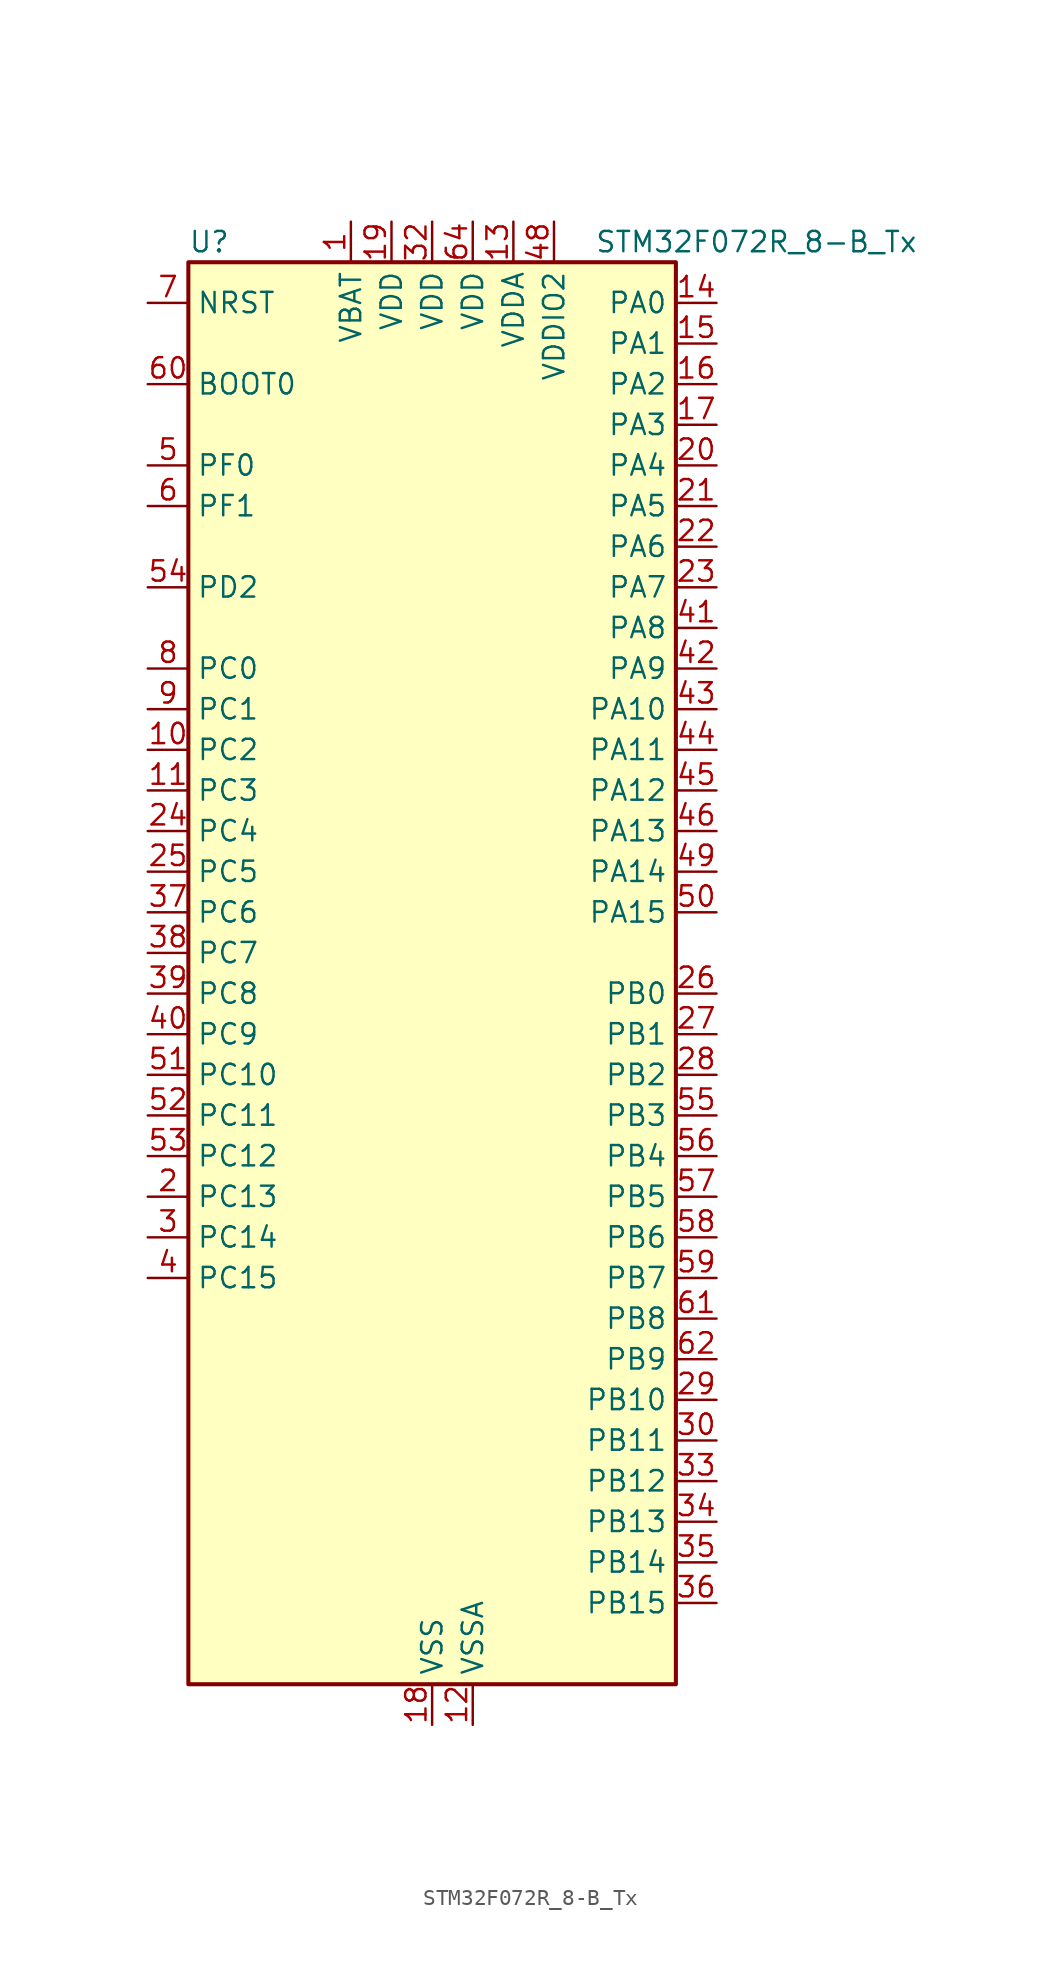
<source format=kicad_sym>
(kicad_symbol_lib
  (version 20231120)
  (generator "kicad_symbol_editor")
  (generator_version "8.0")
  (symbol "STM32F072R_8-B_Tx"
    (property "Reference" "U"
      (at -15.24 46.99 0)
      (effects (font (size 1.27 1.27)) (justify left)))
    (property "Value" "STM32F072R_8-B_Tx"
      (at 10.16 46.99 0)
      (effects (font (size 1.27 1.27)) (justify left)))
    (property "ki_locked" ""
      (at 0 0 0)
      (effects (font (size 1.27 1.27))))
    (symbol "STM32F072R_8-B_Tx_0_1"
      (rectangle (start -15.24 -43.18) (end 15.24 45.72) (stroke (width 0.254) (type default)) (fill (type background))))
    (symbol "STM32F072R_8-B_Tx_1_1"
      (pin power_in line (at -5.08 48.26 270) (length 2.54) (name "VBAT" (effects (font (size 1.27 1.27)))) (number "1" (effects (font (size 1.27 1.27)))))
      (pin bidirectional line (at -17.78 15.24 0) (length 2.54) (name "PC2" (effects (font (size 1.27 1.27)))) (number "10" (effects (font (size 1.27 1.27)))) (alternate "ADC_IN12" bidirectional line) (alternate "I2S2_MCK" bidirectional line) (alternate "SPI2_MISO" bidirectional line))
      (pin bidirectional line (at -17.78 12.7 0) (length 2.54) (name "PC3" (effects (font (size 1.27 1.27)))) (number "11" (effects (font (size 1.27 1.27)))) (alternate "ADC_IN13" bidirectional line) (alternate "I2S2_SD" bidirectional line) (alternate "SPI2_MOSI" bidirectional line))
      (pin power_in line (at 2.54 -45.72 90) (length 2.54) (name "VSSA" (effects (font (size 1.27 1.27)))) (number "12" (effects (font (size 1.27 1.27)))))
      (pin power_in line (at 5.08 48.26 270) (length 2.54) (name "VDDA" (effects (font (size 1.27 1.27)))) (number "13" (effects (font (size 1.27 1.27)))))
      (pin bidirectional line (at 17.78 43.18 180) (length 2.54) (name "PA0" (effects (font (size 1.27 1.27)))) (number "14" (effects (font (size 1.27 1.27)))) (alternate "ADC_IN0" bidirectional line) (alternate "COMP1_INM" bidirectional line) (alternate "COMP1_OUT" bidirectional line) (alternate "RTC_TAMP2" bidirectional line) (alternate "SYS_WKUP1" bidirectional line) (alternate "TIM2_CH1" bidirectional line) (alternate "TIM2_ETR" bidirectional line) (alternate "TSC_G1_IO1" bidirectional line) (alternate "USART2_CTS" bidirectional line) (alternate "USART4_TX" bidirectional line))
      (pin bidirectional line (at 17.78 40.64 180) (length 2.54) (name "PA1" (effects (font (size 1.27 1.27)))) (number "15" (effects (font (size 1.27 1.27)))) (alternate "ADC_IN1" bidirectional line) (alternate "COMP1_INP" bidirectional line) (alternate "TIM15_CH1N" bidirectional line) (alternate "TIM2_CH2" bidirectional line) (alternate "TSC_G1_IO2" bidirectional line) (alternate "USART2_DE" bidirectional line) (alternate "USART2_RTS" bidirectional line) (alternate "USART4_RX" bidirectional line))
      (pin bidirectional line (at 17.78 38.1 180) (length 2.54) (name "PA2" (effects (font (size 1.27 1.27)))) (number "16" (effects (font (size 1.27 1.27)))) (alternate "ADC_IN2" bidirectional line) (alternate "COMP2_INM" bidirectional line) (alternate "COMP2_OUT" bidirectional line) (alternate "SYS_WKUP4" bidirectional line) (alternate "TIM15_CH1" bidirectional line) (alternate "TIM2_CH3" bidirectional line) (alternate "TSC_G1_IO3" bidirectional line) (alternate "USART2_TX" bidirectional line))
      (pin bidirectional line (at 17.78 35.56 180) (length 2.54) (name "PA3" (effects (font (size 1.27 1.27)))) (number "17" (effects (font (size 1.27 1.27)))) (alternate "ADC_IN3" bidirectional line) (alternate "COMP2_INP" bidirectional line) (alternate "TIM15_CH2" bidirectional line) (alternate "TIM2_CH4" bidirectional line) (alternate "TSC_G1_IO4" bidirectional line) (alternate "USART2_RX" bidirectional line))
      (pin power_in line (at 0 -45.72 90) (length 2.54) (name "VSS" (effects (font (size 1.27 1.27)))) (number "18" (effects (font (size 1.27 1.27)))))
      (pin power_in line (at -2.54 48.26 270) (length 2.54) (name "VDD" (effects (font (size 1.27 1.27)))) (number "19" (effects (font (size 1.27 1.27)))))
      (pin bidirectional line (at -17.78 -12.7 0) (length 2.54) (name "PC13" (effects (font (size 1.27 1.27)))) (number "2" (effects (font (size 1.27 1.27)))) (alternate "RTC_OUT_ALARM" bidirectional line) (alternate "RTC_OUT_CALIB" bidirectional line) (alternate "RTC_TAMP1" bidirectional line) (alternate "RTC_TS" bidirectional line) (alternate "SYS_WKUP2" bidirectional line))
      (pin bidirectional line (at 17.78 33.02 180) (length 2.54) (name "PA4" (effects (font (size 1.27 1.27)))) (number "20" (effects (font (size 1.27 1.27)))) (alternate "ADC_IN4" bidirectional line) (alternate "COMP1_INM" bidirectional line) (alternate "COMP2_INM" bidirectional line) (alternate "DAC_OUT1" bidirectional line) (alternate "I2S1_WS" bidirectional line) (alternate "SPI1_NSS" bidirectional line) (alternate "TIM14_CH1" bidirectional line) (alternate "TSC_G2_IO1" bidirectional line) (alternate "USART2_CK" bidirectional line))
      (pin bidirectional line (at 17.78 30.48 180) (length 2.54) (name "PA5" (effects (font (size 1.27 1.27)))) (number "21" (effects (font (size 1.27 1.27)))) (alternate "ADC_IN5" bidirectional line) (alternate "CEC" bidirectional line) (alternate "COMP1_INM" bidirectional line) (alternate "COMP2_INM" bidirectional line) (alternate "DAC_OUT2" bidirectional line) (alternate "I2S1_CK" bidirectional line) (alternate "SPI1_SCK" bidirectional line) (alternate "TIM2_CH1" bidirectional line) (alternate "TIM2_ETR" bidirectional line) (alternate "TSC_G2_IO2" bidirectional line))
      (pin bidirectional line (at 17.78 27.94 180) (length 2.54) (name "PA6" (effects (font (size 1.27 1.27)))) (number "22" (effects (font (size 1.27 1.27)))) (alternate "ADC_IN6" bidirectional line) (alternate "COMP1_OUT" bidirectional line) (alternate "I2S1_MCK" bidirectional line) (alternate "SPI1_MISO" bidirectional line) (alternate "TIM16_CH1" bidirectional line) (alternate "TIM1_BKIN" bidirectional line) (alternate "TIM3_CH1" bidirectional line) (alternate "TSC_G2_IO3" bidirectional line) (alternate "USART3_CTS" bidirectional line))
      (pin bidirectional line (at 17.78 25.4 180) (length 2.54) (name "PA7" (effects (font (size 1.27 1.27)))) (number "23" (effects (font (size 1.27 1.27)))) (alternate "ADC_IN7" bidirectional line) (alternate "COMP2_OUT" bidirectional line) (alternate "I2S1_SD" bidirectional line) (alternate "SPI1_MOSI" bidirectional line) (alternate "TIM14_CH1" bidirectional line) (alternate "TIM17_CH1" bidirectional line) (alternate "TIM1_CH1N" bidirectional line) (alternate "TIM3_CH2" bidirectional line) (alternate "TSC_G2_IO4" bidirectional line))
      (pin bidirectional line (at -17.78 10.16 0) (length 2.54) (name "PC4" (effects (font (size 1.27 1.27)))) (number "24" (effects (font (size 1.27 1.27)))) (alternate "ADC_IN14" bidirectional line) (alternate "USART3_TX" bidirectional line))
      (pin bidirectional line (at -17.78 7.62 0) (length 2.54) (name "PC5" (effects (font (size 1.27 1.27)))) (number "25" (effects (font (size 1.27 1.27)))) (alternate "ADC_IN15" bidirectional line) (alternate "SYS_WKUP5" bidirectional line) (alternate "TSC_G3_IO1" bidirectional line) (alternate "USART3_RX" bidirectional line))
      (pin bidirectional line (at 17.78 0 180) (length 2.54) (name "PB0" (effects (font (size 1.27 1.27)))) (number "26" (effects (font (size 1.27 1.27)))) (alternate "ADC_IN8" bidirectional line) (alternate "TIM1_CH2N" bidirectional line) (alternate "TIM3_CH3" bidirectional line) (alternate "TSC_G3_IO2" bidirectional line) (alternate "USART3_CK" bidirectional line))
      (pin bidirectional line (at 17.78 -2.54 180) (length 2.54) (name "PB1" (effects (font (size 1.27 1.27)))) (number "27" (effects (font (size 1.27 1.27)))) (alternate "ADC_IN9" bidirectional line) (alternate "TIM14_CH1" bidirectional line) (alternate "TIM1_CH3N" bidirectional line) (alternate "TIM3_CH4" bidirectional line) (alternate "TSC_G3_IO3" bidirectional line) (alternate "USART3_DE" bidirectional line) (alternate "USART3_RTS" bidirectional line))
      (pin bidirectional line (at 17.78 -5.08 180) (length 2.54) (name "PB2" (effects (font (size 1.27 1.27)))) (number "28" (effects (font (size 1.27 1.27)))) (alternate "TSC_G3_IO4" bidirectional line))
      (pin bidirectional line (at 17.78 -25.4 180) (length 2.54) (name "PB10" (effects (font (size 1.27 1.27)))) (number "29" (effects (font (size 1.27 1.27)))) (alternate "CEC" bidirectional line) (alternate "I2C2_SCL" bidirectional line) (alternate "I2S2_CK" bidirectional line) (alternate "SPI2_SCK" bidirectional line) (alternate "TIM2_CH3" bidirectional line) (alternate "TSC_SYNC" bidirectional line) (alternate "USART3_TX" bidirectional line))
      (pin bidirectional line (at -17.78 -15.24 0) (length 2.54) (name "PC14" (effects (font (size 1.27 1.27)))) (number "3" (effects (font (size 1.27 1.27)))) (alternate "RCC_OSC32_IN" bidirectional line))
      (pin bidirectional line (at 17.78 -27.94 180) (length 2.54) (name "PB11" (effects (font (size 1.27 1.27)))) (number "30" (effects (font (size 1.27 1.27)))) (alternate "I2C2_SDA" bidirectional line) (alternate "TIM2_CH4" bidirectional line) (alternate "TSC_G6_IO1" bidirectional line) (alternate "USART3_RX" bidirectional line))
      (pin passive line (at 0 -45.72 90) (length 2.54) hide (name "VSS" (effects (font (size 1.27 1.27)))) (number "31" (effects (font (size 1.27 1.27)))))
      (pin power_in line (at 0 48.26 270) (length 2.54) (name "VDD" (effects (font (size 1.27 1.27)))) (number "32" (effects (font (size 1.27 1.27)))))
      (pin bidirectional line (at 17.78 -30.48 180) (length 2.54) (name "PB12" (effects (font (size 1.27 1.27)))) (number "33" (effects (font (size 1.27 1.27)))) (alternate "I2S2_WS" bidirectional line) (alternate "SPI2_NSS" bidirectional line) (alternate "TIM15_BKIN" bidirectional line) (alternate "TIM1_BKIN" bidirectional line) (alternate "TSC_G6_IO2" bidirectional line) (alternate "USART3_CK" bidirectional line))
      (pin bidirectional line (at 17.78 -33.02 180) (length 2.54) (name "PB13" (effects (font (size 1.27 1.27)))) (number "34" (effects (font (size 1.27 1.27)))) (alternate "I2C2_SCL" bidirectional line) (alternate "I2S2_CK" bidirectional line) (alternate "SPI2_SCK" bidirectional line) (alternate "TIM1_CH1N" bidirectional line) (alternate "TSC_G6_IO3" bidirectional line) (alternate "USART3_CTS" bidirectional line))
      (pin bidirectional line (at 17.78 -35.56 180) (length 2.54) (name "PB14" (effects (font (size 1.27 1.27)))) (number "35" (effects (font (size 1.27 1.27)))) (alternate "I2C2_SDA" bidirectional line) (alternate "I2S2_MCK" bidirectional line) (alternate "SPI2_MISO" bidirectional line) (alternate "TIM15_CH1" bidirectional line) (alternate "TIM1_CH2N" bidirectional line) (alternate "TSC_G6_IO4" bidirectional line) (alternate "USART3_DE" bidirectional line) (alternate "USART3_RTS" bidirectional line))
      (pin bidirectional line (at 17.78 -38.1 180) (length 2.54) (name "PB15" (effects (font (size 1.27 1.27)))) (number "36" (effects (font (size 1.27 1.27)))) (alternate "I2S2_SD" bidirectional line) (alternate "RTC_REFIN" bidirectional line) (alternate "SPI2_MOSI" bidirectional line) (alternate "SYS_WKUP7" bidirectional line) (alternate "TIM15_CH1N" bidirectional line) (alternate "TIM15_CH2" bidirectional line) (alternate "TIM1_CH3N" bidirectional line))
      (pin bidirectional line (at -17.78 5.08 0) (length 2.54) (name "PC6" (effects (font (size 1.27 1.27)))) (number "37" (effects (font (size 1.27 1.27)))) (alternate "TIM3_CH1" bidirectional line))
      (pin bidirectional line (at -17.78 2.54 0) (length 2.54) (name "PC7" (effects (font (size 1.27 1.27)))) (number "38" (effects (font (size 1.27 1.27)))) (alternate "TIM3_CH2" bidirectional line))
      (pin bidirectional line (at -17.78 0 0) (length 2.54) (name "PC8" (effects (font (size 1.27 1.27)))) (number "39" (effects (font (size 1.27 1.27)))) (alternate "TIM3_CH3" bidirectional line))
      (pin bidirectional line (at -17.78 -17.78 0) (length 2.54) (name "PC15" (effects (font (size 1.27 1.27)))) (number "4" (effects (font (size 1.27 1.27)))) (alternate "RCC_OSC32_OUT" bidirectional line))
      (pin bidirectional line (at -17.78 -2.54 0) (length 2.54) (name "PC9" (effects (font (size 1.27 1.27)))) (number "40" (effects (font (size 1.27 1.27)))) (alternate "DAC_EXTI9" bidirectional line) (alternate "TIM3_CH4" bidirectional line))
      (pin bidirectional line (at 17.78 22.86 180) (length 2.54) (name "PA8" (effects (font (size 1.27 1.27)))) (number "41" (effects (font (size 1.27 1.27)))) (alternate "CRS_SYNC" bidirectional line) (alternate "RCC_MCO" bidirectional line) (alternate "TIM1_CH1" bidirectional line) (alternate "USART1_CK" bidirectional line))
      (pin bidirectional line (at 17.78 20.32 180) (length 2.54) (name "PA9" (effects (font (size 1.27 1.27)))) (number "42" (effects (font (size 1.27 1.27)))) (alternate "DAC_EXTI9" bidirectional line) (alternate "TIM15_BKIN" bidirectional line) (alternate "TIM1_CH2" bidirectional line) (alternate "TSC_G4_IO1" bidirectional line) (alternate "USART1_TX" bidirectional line))
      (pin bidirectional line (at 17.78 17.78 180) (length 2.54) (name "PA10" (effects (font (size 1.27 1.27)))) (number "43" (effects (font (size 1.27 1.27)))) (alternate "TIM17_BKIN" bidirectional line) (alternate "TIM1_CH3" bidirectional line) (alternate "TSC_G4_IO2" bidirectional line) (alternate "USART1_RX" bidirectional line))
      (pin bidirectional line (at 17.78 15.24 180) (length 2.54) (name "PA11" (effects (font (size 1.27 1.27)))) (number "44" (effects (font (size 1.27 1.27)))) (alternate "CAN_RX" bidirectional line) (alternate "COMP1_OUT" bidirectional line) (alternate "TIM1_CH4" bidirectional line) (alternate "TSC_G4_IO3" bidirectional line) (alternate "USART1_CTS" bidirectional line) (alternate "USB_DM" bidirectional line))
      (pin bidirectional line (at 17.78 12.7 180) (length 2.54) (name "PA12" (effects (font (size 1.27 1.27)))) (number "45" (effects (font (size 1.27 1.27)))) (alternate "CAN_TX" bidirectional line) (alternate "COMP2_OUT" bidirectional line) (alternate "TIM1_ETR" bidirectional line) (alternate "TSC_G4_IO4" bidirectional line) (alternate "USART1_DE" bidirectional line) (alternate "USART1_RTS" bidirectional line) (alternate "USB_DP" bidirectional line))
      (pin bidirectional line (at 17.78 10.16 180) (length 2.54) (name "PA13" (effects (font (size 1.27 1.27)))) (number "46" (effects (font (size 1.27 1.27)))) (alternate "IR_OUT" bidirectional line) (alternate "SYS_SWDIO" bidirectional line) (alternate "USB_NOE" bidirectional line))
      (pin passive line (at 0 -45.72 90) (length 2.54) hide (name "VSS" (effects (font (size 1.27 1.27)))) (number "47" (effects (font (size 1.27 1.27)))))
      (pin power_in line (at 7.62 48.26 270) (length 2.54) (name "VDDIO2" (effects (font (size 1.27 1.27)))) (number "48" (effects (font (size 1.27 1.27)))))
      (pin bidirectional line (at 17.78 7.62 180) (length 2.54) (name "PA14" (effects (font (size 1.27 1.27)))) (number "49" (effects (font (size 1.27 1.27)))) (alternate "SYS_SWCLK" bidirectional line) (alternate "USART2_TX" bidirectional line))
      (pin bidirectional line (at -17.78 33.02 0) (length 2.54) (name "PF0" (effects (font (size 1.27 1.27)))) (number "5" (effects (font (size 1.27 1.27)))) (alternate "CRS_SYNC" bidirectional line) (alternate "RCC_OSC_IN" bidirectional line))
      (pin bidirectional line (at 17.78 5.08 180) (length 2.54) (name "PA15" (effects (font (size 1.27 1.27)))) (number "50" (effects (font (size 1.27 1.27)))) (alternate "I2S1_WS" bidirectional line) (alternate "SPI1_NSS" bidirectional line) (alternate "TIM2_CH1" bidirectional line) (alternate "TIM2_ETR" bidirectional line) (alternate "USART2_RX" bidirectional line) (alternate "USART4_DE" bidirectional line) (alternate "USART4_RTS" bidirectional line))
      (pin bidirectional line (at -17.78 -5.08 0) (length 2.54) (name "PC10" (effects (font (size 1.27 1.27)))) (number "51" (effects (font (size 1.27 1.27)))) (alternate "USART3_TX" bidirectional line) (alternate "USART4_TX" bidirectional line))
      (pin bidirectional line (at -17.78 -7.62 0) (length 2.54) (name "PC11" (effects (font (size 1.27 1.27)))) (number "52" (effects (font (size 1.27 1.27)))) (alternate "USART3_RX" bidirectional line) (alternate "USART4_RX" bidirectional line))
      (pin bidirectional line (at -17.78 -10.16 0) (length 2.54) (name "PC12" (effects (font (size 1.27 1.27)))) (number "53" (effects (font (size 1.27 1.27)))) (alternate "USART3_CK" bidirectional line) (alternate "USART4_CK" bidirectional line))
      (pin bidirectional line (at -17.78 25.4 0) (length 2.54) (name "PD2" (effects (font (size 1.27 1.27)))) (number "54" (effects (font (size 1.27 1.27)))) (alternate "TIM3_ETR" bidirectional line) (alternate "USART3_DE" bidirectional line) (alternate "USART3_RTS" bidirectional line))
      (pin bidirectional line (at 17.78 -7.62 180) (length 2.54) (name "PB3" (effects (font (size 1.27 1.27)))) (number "55" (effects (font (size 1.27 1.27)))) (alternate "I2S1_CK" bidirectional line) (alternate "SPI1_SCK" bidirectional line) (alternate "TIM2_CH2" bidirectional line) (alternate "TSC_G5_IO1" bidirectional line))
      (pin bidirectional line (at 17.78 -10.16 180) (length 2.54) (name "PB4" (effects (font (size 1.27 1.27)))) (number "56" (effects (font (size 1.27 1.27)))) (alternate "I2S1_MCK" bidirectional line) (alternate "SPI1_MISO" bidirectional line) (alternate "TIM17_BKIN" bidirectional line) (alternate "TIM3_CH1" bidirectional line) (alternate "TSC_G5_IO2" bidirectional line))
      (pin bidirectional line (at 17.78 -12.7 180) (length 2.54) (name "PB5" (effects (font (size 1.27 1.27)))) (number "57" (effects (font (size 1.27 1.27)))) (alternate "I2C1_SMBA" bidirectional line) (alternate "I2S1_SD" bidirectional line) (alternate "SPI1_MOSI" bidirectional line) (alternate "SYS_WKUP6" bidirectional line) (alternate "TIM16_BKIN" bidirectional line) (alternate "TIM3_CH2" bidirectional line))
      (pin bidirectional line (at 17.78 -15.24 180) (length 2.54) (name "PB6" (effects (font (size 1.27 1.27)))) (number "58" (effects (font (size 1.27 1.27)))) (alternate "I2C1_SCL" bidirectional line) (alternate "TIM16_CH1N" bidirectional line) (alternate "TSC_G5_IO3" bidirectional line) (alternate "USART1_TX" bidirectional line))
      (pin bidirectional line (at 17.78 -17.78 180) (length 2.54) (name "PB7" (effects (font (size 1.27 1.27)))) (number "59" (effects (font (size 1.27 1.27)))) (alternate "I2C1_SDA" bidirectional line) (alternate "TIM17_CH1N" bidirectional line) (alternate "TSC_G5_IO4" bidirectional line) (alternate "USART1_RX" bidirectional line) (alternate "USART4_CTS" bidirectional line))
      (pin bidirectional line (at -17.78 30.48 0) (length 2.54) (name "PF1" (effects (font (size 1.27 1.27)))) (number "6" (effects (font (size 1.27 1.27)))) (alternate "RCC_OSC_OUT" bidirectional line))
      (pin input line (at -17.78 38.1 0) (length 2.54) (name "BOOT0" (effects (font (size 1.27 1.27)))) (number "60" (effects (font (size 1.27 1.27)))))
      (pin bidirectional line (at 17.78 -20.32 180) (length 2.54) (name "PB8" (effects (font (size 1.27 1.27)))) (number "61" (effects (font (size 1.27 1.27)))) (alternate "CAN_RX" bidirectional line) (alternate "CEC" bidirectional line) (alternate "I2C1_SCL" bidirectional line) (alternate "TIM16_CH1" bidirectional line) (alternate "TSC_SYNC" bidirectional line))
      (pin bidirectional line (at 17.78 -22.86 180) (length 2.54) (name "PB9" (effects (font (size 1.27 1.27)))) (number "62" (effects (font (size 1.27 1.27)))) (alternate "CAN_TX" bidirectional line) (alternate "DAC_EXTI9" bidirectional line) (alternate "I2C1_SDA" bidirectional line) (alternate "I2S2_WS" bidirectional line) (alternate "IR_OUT" bidirectional line) (alternate "SPI2_NSS" bidirectional line) (alternate "TIM17_CH1" bidirectional line))
      (pin passive line (at 0 -45.72 90) (length 2.54) hide (name "VSS" (effects (font (size 1.27 1.27)))) (number "63" (effects (font (size 1.27 1.27)))))
      (pin power_in line (at 2.54 48.26 270) (length 2.54) (name "VDD" (effects (font (size 1.27 1.27)))) (number "64" (effects (font (size 1.27 1.27)))))
      (pin input line (at -17.78 43.18 0) (length 2.54) (name "NRST" (effects (font (size 1.27 1.27)))) (number "7" (effects (font (size 1.27 1.27)))))
      (pin bidirectional line (at -17.78 20.32 0) (length 2.54) (name "PC0" (effects (font (size 1.27 1.27)))) (number "8" (effects (font (size 1.27 1.27)))) (alternate "ADC_IN10" bidirectional line))
      (pin bidirectional line (at -17.78 17.78 0) (length 2.54) (name "PC1" (effects (font (size 1.27 1.27)))) (number "9" (effects (font (size 1.27 1.27)))) (alternate "ADC_IN11" bidirectional line)))))
</source>
